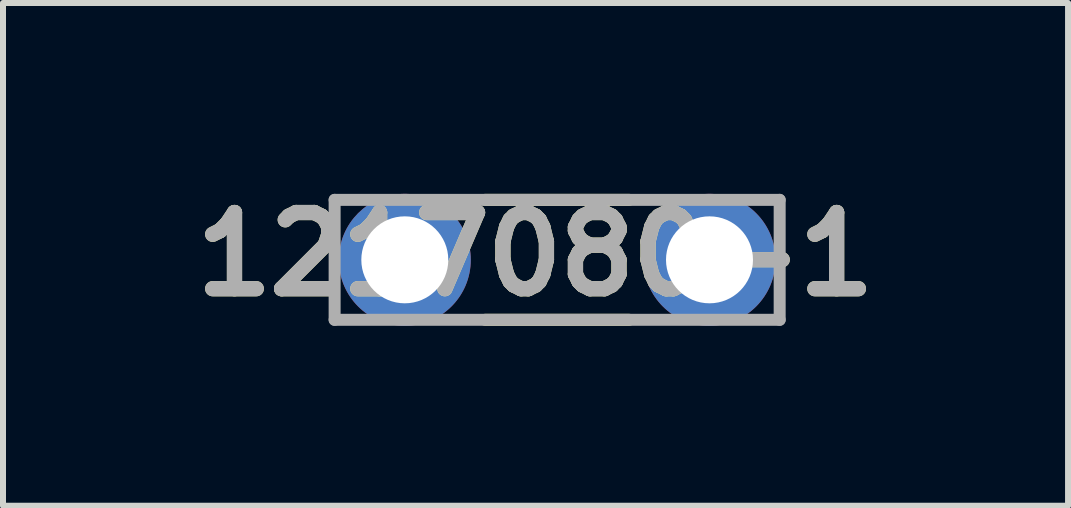
<source format=kicad_pcb>
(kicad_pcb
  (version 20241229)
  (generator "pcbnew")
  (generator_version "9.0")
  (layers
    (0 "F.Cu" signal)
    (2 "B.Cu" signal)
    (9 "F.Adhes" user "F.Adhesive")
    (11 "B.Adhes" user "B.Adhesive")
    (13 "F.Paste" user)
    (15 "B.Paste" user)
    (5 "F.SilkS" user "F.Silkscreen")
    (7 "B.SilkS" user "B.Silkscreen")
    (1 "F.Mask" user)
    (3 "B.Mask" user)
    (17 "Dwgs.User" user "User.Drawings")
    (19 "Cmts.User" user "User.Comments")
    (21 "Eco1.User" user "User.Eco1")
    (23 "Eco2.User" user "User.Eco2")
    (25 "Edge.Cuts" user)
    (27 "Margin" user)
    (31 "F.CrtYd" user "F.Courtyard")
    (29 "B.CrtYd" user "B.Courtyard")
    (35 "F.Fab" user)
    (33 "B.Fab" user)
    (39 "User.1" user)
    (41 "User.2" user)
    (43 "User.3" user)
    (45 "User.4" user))
  (footprint "1217080-1"
    (layer "F.Cu")
    (at 6.239 1.282)
    (property "Reference" "1217080-1" (at -0.36 -0.093 0) (layer "F.SilkS") (effects (font (size 1.27 1.27) (thickness 0.254))))
    (attr through_hole)
    (fp_line (start -1.2 -1) (end 1.2 -1) (stroke (width 0.2) (type solid)) (layer "F.SilkS"))
    (fp_line (start -1.2 1) (end 1.2 1) (stroke (width 0.2) (type solid)) (layer "F.SilkS"))
    (fp_line (start -3.71 -1) (end 3.71 -1) (stroke (width 0.2) (type solid)) (layer "F.Fab"))
    (fp_line (start -3.71 1) (end -3.71 -1) (stroke (width 0.2) (type solid)) (layer "F.Fab"))
    (fp_line (start 3.71 -1) (end 3.71 1) (stroke (width 0.2) (type solid)) (layer "F.Fab"))
    (fp_line (start 3.71 1) (end -3.71 1) (stroke (width 0.2) (type solid)) (layer "F.Fab"))
    (fp_text user "${REFERENCE}" (at -0.36 -0.093 0) (layer "F.Fab") (effects (font (size 1.27 1.27) (thickness 0.254))))
    (pad "1" thru_hole circle (at -2.54 0) (size 2.2 2.2) (drill 1.45) (layers "*.Cu" "*.Mask"))
    (pad "2" thru_hole circle (at 2.54 0) (size 2.2 2.2) (drill 1.45) (layers "*.Cu" "*.Mask")))
  (gr_rect
    (start -3 -3)
    (end 14.757 5.382)
    (stroke (width 0.1) (type default))
    (fill no)
    (layer "Edge.Cuts")))
</source>
